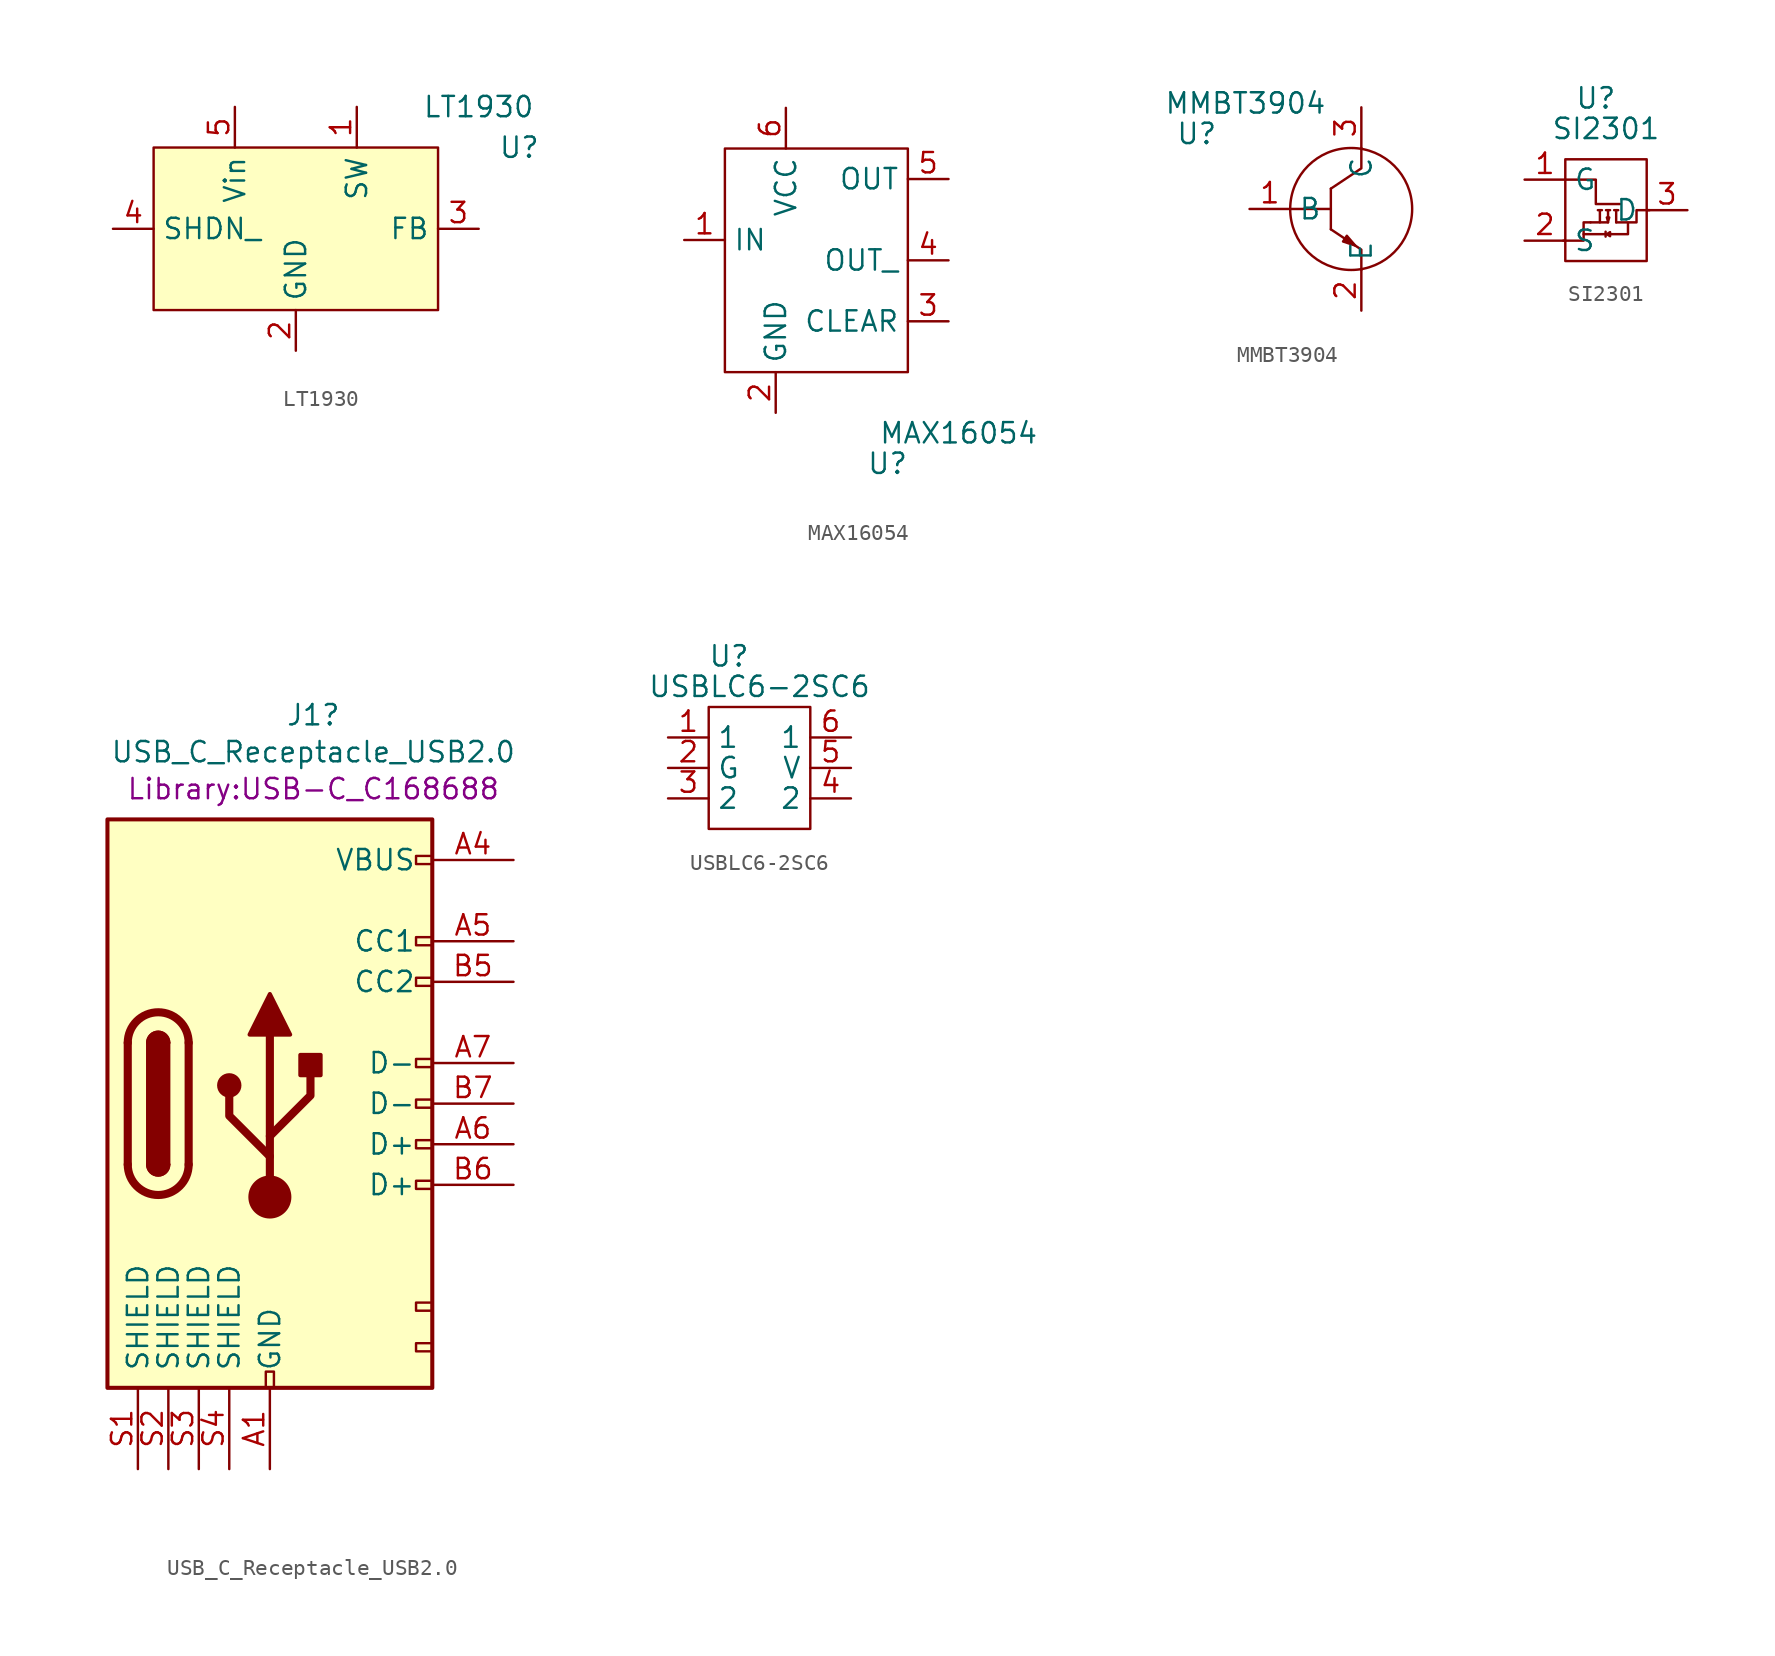
<source format=kicad_sym>
(kicad_symbol_lib
  (version 20220914)
  (generator kicad_symbol_editor)
  (symbol "LT1930"
    (property "Reference" "U"
      (at 13.97 5.08 0)
      (effects (font (size 1.27 1.27))))
    (property "Value" "LT1930"
      (at 11.43 7.62 0)
      (effects (font (size 1.27 1.27))))
    (symbol "LT1930_0_1"
      (rectangle (start -8.89 5.08) (end 8.89 -5.08) (stroke (width 0) (type default)) (fill (type background))))
    (symbol "LT1930_1_1"
      (pin input line (at 3.81 7.62 270) (length 2.54) (name "SW" (effects (font (size 1.27 1.27)))) (number "1" (effects (font (size 1.27 1.27)))))
      (pin input line (at 0 -7.62 90) (length 2.54) (name "GND" (effects (font (size 1.27 1.27)))) (number "2" (effects (font (size 1.27 1.27)))))
      (pin input line (at 11.43 0 180) (length 2.54) (name "FB" (effects (font (size 1.27 1.27)))) (number "3" (effects (font (size 1.27 1.27)))))
      (pin input line (at -11.43 0 0) (length 2.54) (name "SHDN_" (effects (font (size 1.27 1.27)))) (number "4" (effects (font (size 1.27 1.27)))))
      (pin input line (at -3.81 7.62 270) (length 2.54) (name "Vin" (effects (font (size 1.27 1.27)))) (number "5" (effects (font (size 1.27 1.27)))))))
  (symbol "MAX16054"
    (property "Reference" "U"
      (at 4.445 -12.7 0)
      (effects (font (size 1.27 1.27))))
    (property "Value" "MAX16054"
      (at 8.89 -10.795 0)
      (effects (font (size 1.27 1.27))))
    (symbol "MAX16054_0_1"
      (rectangle (start 5.715 6.985) (end -5.715 -6.985) (stroke (width 0) (type default)) (fill (type none))))
    (symbol "MAX16054_1_1"
      (pin input line (at -8.255 1.27 0) (length 2.54) (name "IN" (effects (font (size 1.27 1.27)))) (number "1" (effects (font (size 1.27 1.27)))))
      (pin input line (at -2.54 -9.525 90) (length 2.54) (name "GND" (effects (font (size 1.27 1.27)))) (number "2" (effects (font (size 1.27 1.27)))))
      (pin input line (at 8.255 -3.81 180) (length 2.54) (name "CLEAR" (effects (font (size 1.27 1.27)))) (number "3" (effects (font (size 1.27 1.27)))))
      (pin input line (at 8.255 0 180) (length 2.54) (name "OUT_" (effects (font (size 1.27 1.27)))) (number "4" (effects (font (size 1.27 1.27)))))
      (pin input line (at 8.255 5.08 180) (length 2.54) (name "OUT" (effects (font (size 1.27 1.27)))) (number "5" (effects (font (size 1.27 1.27)))))
      (pin input line (at -1.905 9.525 270) (length 2.54) (name "VCC" (effects (font (size 1.27 1.27)))) (number "6" (effects (font (size 1.27 1.27)))))))
  (symbol "MMBT3904"
    (property "Reference" "U"
      (at -9.652 4.699 0)
      (effects (font (size 1.27 1.27))))
    (property "Value" "MMBT3904"
      (at -6.604 6.604 0)
      (effects (font (size 1.27 1.27))))
    (symbol "MMBT3904_0_1"
      (polyline (pts (xy -1.27 0) (xy -3.81 0)) (stroke (width 0) (type default)) (fill (type none)))
      (polyline (pts (xy -1.27 1.27) (xy -1.27 -1.27)) (stroke (width 0) (type default)) (fill (type none)))
      (polyline (pts (xy -1.27 -1.27) (xy 0.635 -2.54) (xy 0.635 -3.81)) (stroke (width 0) (type default)) (fill (type none)))
      (polyline (pts (xy -1.27 1.27) (xy 0.635 2.54) (xy 0.635 3.81)) (stroke (width 0) (type default)) (fill (type none)))
      (polyline (pts (xy 0.254 -2.286) (xy -0.508 -2.032) (xy -0.272 -1.673) (xy 0.254 -2.286)) (stroke (width 0) (type default)) (fill (type outline)))
      (circle (center 0 0) (radius 3.81) (stroke (width 0) (type default)) (fill (type none))))
    (symbol "MMBT3904_1_1"
      (pin bidirectional line (at -6.35 0 0) (length 2.54) (name "B" (effects (font (size 1.27 1.27)))) (number "1" (effects (font (size 1.27 1.27)))))
      (pin bidirectional line (at 0.635 -6.35 90) (length 2.54) (name "E" (effects (font (size 1.27 1.27)))) (number "2" (effects (font (size 1.27 1.27)))))
      (pin bidirectional line (at 0.635 6.35 270) (length 2.54) (name "C" (effects (font (size 1.27 1.27)))) (number "3" (effects (font (size 1.27 1.27)))))))
  (symbol "SI2301"
    (property "Reference" "U"
      (at 1.905 3.81 0)
      (effects (font (size 1.27 1.27))))
    (property "Value" "SI2301"
      (at 2.54 1.905 0)
      (effects (font (size 1.27 1.27))))
    (symbol "SI2301_0_1"
      (polyline (pts (xy 2.032 -3.175) (xy 2.286 -3.175)) (stroke (width 0) (type default)) (fill (type none)))
      (polyline (pts (xy 2.159 -3.175) (xy 2.159 -3.937)) (stroke (width 0) (type default)) (fill (type none)))
      (polyline (pts (xy 2.515 -4.521) (xy 2.515 -4.826)) (stroke (width 0) (type default)) (fill (type none)))
      (polyline (pts (xy 2.54 -3.175) (xy 2.794 -3.175)) (stroke (width 0) (type default)) (fill (type none)))
      (polyline (pts (xy 2.667 -3.937) (xy 1.575 -3.937)) (stroke (width 0) (type default)) (fill (type none)))
      (polyline (pts (xy 2.667 -3.175) (xy 2.667 -3.937)) (stroke (width 0) (type default)) (fill (type none)))
      (polyline (pts (xy 3.048 -3.175) (xy 3.302 -3.175)) (stroke (width 0) (type default)) (fill (type none)))
      (polyline (pts (xy 3.175 -3.175) (xy 3.175 -3.937)) (stroke (width 0) (type default)) (fill (type none)))
      (polyline (pts (xy 3.912 -3.962) (xy 3.912 -4.674) (xy 1.143 -4.674)) (stroke (width 0) (type default)) (fill (type none)))
      (polyline (pts (xy 0 -1.27) (xy 1.905 -1.27) (xy 1.905 -2.794) (xy 3.429 -2.794)) (stroke (width 0) (type default)) (fill (type none)))
      (polyline (pts (xy 1.575 -3.937) (xy 1.143 -3.937) (xy 1.143 -5.08) (xy -0.127 -5.08)) (stroke (width 0) (type default)) (fill (type none)))
      (polyline (pts (xy 2.591 -3.632) (xy 2.667 -3.861) (xy 2.743 -3.632) (xy 2.591 -3.632)) (stroke (width 0) (type default)) (fill (type none)))
      (polyline (pts (xy 3.175 -3.937) (xy 4.445 -3.937) (xy 4.445 -3.175) (xy 5.258 -3.175)) (stroke (width 0) (type default)) (fill (type none)))
      (polyline (pts (xy 2.591 -4.674) (xy 2.794 -4.547) (xy 2.794 -4.801) (xy 2.591 -4.674) (xy 2.743 -4.699)) (stroke (width 0) (type default)) (fill (type none)))
      (rectangle (start 0 0) (end 5.08 -6.35) (stroke (width 0) (type default)) (fill (type none))))
    (symbol "SI2301_1_1"
      (pin bidirectional line (at -2.54 -1.27 0) (length 2.54) (name "G" (effects (font (size 1.27 1.27)))) (number "1" (effects (font (size 1.27 1.27)))))
      (pin bidirectional line (at -2.54 -5.08 0) (length 2.54) (name "S" (effects (font (size 1.27 1.27)))) (number "2" (effects (font (size 1.27 1.27)))))
      (pin bidirectional line (at 7.62 -3.175 180) (length 2.54) (name "D" (effects (font (size 1.27 1.27)))) (number "3" (effects (font (size 1.27 1.27)))))))
  (symbol "USB_C_Receptacle_USB2.0"
    (pin_names
      (offset 1.016))
    (property "Reference" "J1"
      (at 2.718 24.308 0)
      (effects (font (size 1.27 1.27))))
    (property "Value" "USB_C_Receptacle_USB2.0"
      (at 2.718 21.996 0)
      (effects (font (size 1.27 1.27))))
    (property "Footprint" "Library:USB-C_C168688"
      (at 2.718 19.685 0)
      (effects (font (size 1.27 1.27))))
    (symbol "USB_C_Receptacle_USB2.0_0_0"
      (rectangle (start -0.254 -17.78) (end 0.254 -16.764) (stroke (width 0) (type default)) (fill (type none)))
      (rectangle (start 10.16 -14.986) (end 9.144 -15.494) (stroke (width 0) (type default)) (fill (type none)))
      (rectangle (start 10.16 -12.446) (end 9.144 -12.954) (stroke (width 0) (type default)) (fill (type none)))
      (rectangle (start 10.16 -4.826) (end 9.144 -5.334) (stroke (width 0) (type default)) (fill (type none)))
      (rectangle (start 10.16 -2.286) (end 9.144 -2.794) (stroke (width 0) (type default)) (fill (type none)))
      (rectangle (start 10.16 0.254) (end 9.144 -0.254) (stroke (width 0) (type default)) (fill (type none)))
      (rectangle (start 10.16 2.794) (end 9.144 2.286) (stroke (width 0) (type default)) (fill (type none)))
      (rectangle (start 10.16 7.874) (end 9.144 7.366) (stroke (width 0) (type default)) (fill (type none)))
      (rectangle (start 10.16 10.414) (end 9.144 9.906) (stroke (width 0) (type default)) (fill (type none)))
      (rectangle (start 10.16 15.494) (end 9.144 14.986) (stroke (width 0) (type default)) (fill (type none))))
    (symbol "USB_C_Receptacle_USB2.0_0_1"
      (rectangle (start -10.16 17.78) (end 10.16 -17.78) (stroke (width 0.254) (type default)) (fill (type background)))
      (arc (start -8.89 -3.81) (mid -6.985 -5.7067) (end -5.08 -3.81) (stroke (width 0.508) (type default)) (fill (type none)))
      (arc (start -7.62 -3.81) (mid -6.985 -4.4423) (end -6.35 -3.81) (stroke (width 0.254) (type default)) (fill (type none)))
      (arc (start -7.62 -3.81) (mid -6.985 -4.4423) (end -6.35 -3.81) (stroke (width 0.254) (type default)) (fill (type outline)))
      (rectangle (start -7.62 -3.81) (end -6.35 3.81) (stroke (width 0.254) (type default)) (fill (type outline)))
      (arc (start -6.35 3.81) (mid -6.985 4.4423) (end -7.62 3.81) (stroke (width 0.254) (type default)) (fill (type none)))
      (arc (start -6.35 3.81) (mid -6.985 4.4423) (end -7.62 3.81) (stroke (width 0.254) (type default)) (fill (type outline)))
      (arc (start -5.08 3.81) (mid -6.985 5.7067) (end -8.89 3.81) (stroke (width 0.508) (type default)) (fill (type none)))
      (circle (center -2.54 1.143) (radius 0.635) (stroke (width 0.254) (type default)) (fill (type outline)))
      (circle (center 0 -5.842) (radius 1.27) (stroke (width 0) (type default)) (fill (type outline)))
      (polyline (pts (xy -8.89 -3.81) (xy -8.89 3.81)) (stroke (width 0.508) (type default)) (fill (type none)))
      (polyline (pts (xy -5.08 3.81) (xy -5.08 -3.81)) (stroke (width 0.508) (type default)) (fill (type none)))
      (polyline (pts (xy 0 -5.842) (xy 0 4.318)) (stroke (width 0.508) (type default)) (fill (type none)))
      (polyline (pts (xy 0 -3.302) (xy -2.54 -0.762) (xy -2.54 0.508)) (stroke (width 0.508) (type default)) (fill (type none)))
      (polyline (pts (xy 0 -2.032) (xy 2.54 0.508) (xy 2.54 1.778)) (stroke (width 0.508) (type default)) (fill (type none)))
      (polyline (pts (xy -1.27 4.318) (xy 0 6.858) (xy 1.27 4.318) (xy -1.27 4.318)) (stroke (width 0.254) (type default)) (fill (type outline)))
      (rectangle (start 1.905 1.778) (end 3.175 3.048) (stroke (width 0.254) (type default)) (fill (type outline))))
    (symbol "USB_C_Receptacle_USB2.0_1_1"
      (pin power_in line (at 0 -22.86 90) (length 5.08) (name "GND" (effects (font (size 1.27 1.27)))) (number "A1" (effects (font (size 1.27 1.27)))))
      (pin power_in line (at 15.24 15.24 180) (length 5.08) (name "VBUS" (effects (font (size 1.27 1.27)))) (number "A4" (effects (font (size 1.27 1.27)))))
      (pin bidirectional line (at 15.24 10.16 180) (length 5.08) (name "CC1" (effects (font (size 1.27 1.27)))) (number "A5" (effects (font (size 1.27 1.27)))))
      (pin bidirectional line (at 15.24 -2.54 180) (length 5.08) (name "D+" (effects (font (size 1.27 1.27)))) (number "A6" (effects (font (size 1.27 1.27)))))
      (pin bidirectional line (at 15.24 2.54 180) (length 5.08) (name "D-" (effects (font (size 1.27 1.27)))) (number "A7" (effects (font (size 1.27 1.27)))))
      (pin bidirectional line (at 15.24 7.62 180) (length 5.08) (name "CC2" (effects (font (size 1.27 1.27)))) (number "B5" (effects (font (size 1.27 1.27)))))
      (pin bidirectional line (at 15.24 -5.08 180) (length 5.08) (name "D+" (effects (font (size 1.27 1.27)))) (number "B6" (effects (font (size 1.27 1.27)))))
      (pin bidirectional line (at 15.24 0 180) (length 5.08) (name "D-" (effects (font (size 1.27 1.27)))) (number "B7" (effects (font (size 1.27 1.27)))))
      (pin passive line (at -8.255 -22.86 90) (length 5.08) (name "SHIELD" (effects (font (size 1.27 1.27)))) (number "S1" (effects (font (size 1.27 1.27)))))
      (pin passive line (at -6.35 -22.86 90) (length 5.08) (name "SHIELD" (effects (font (size 1.27 1.27)))) (number "S2" (effects (font (size 1.27 1.27)))))
      (pin passive line (at -4.445 -22.86 90) (length 5.08) (name "SHIELD" (effects (font (size 1.27 1.27)))) (number "S3" (effects (font (size 1.27 1.27)))))
      (pin passive line (at -2.54 -22.86 90) (length 5.08) (name "SHIELD" (effects (font (size 1.27 1.27)))) (number "S4" (effects (font (size 1.27 1.27)))))))
  (symbol "USBLC6-2SC6"
    (property "Reference" "U"
      (at 1.27 3.175 0)
      (effects (font (size 1.27 1.27))))
    (property "Value" "USBLC6-2SC6"
      (at 3.175 1.27 0)
      (effects (font (size 1.27 1.27))))
    (symbol "USBLC6-2SC6_0_1"
      (rectangle (start 0 0) (end 6.35 -7.62) (stroke (width 0) (type default)) (fill (type none))))
    (symbol "USBLC6-2SC6_1_1"
      (pin input line (at -2.54 -1.905 0) (length 2.54) (name "1" (effects (font (size 1.27 1.27)))) (number "1" (effects (font (size 1.27 1.27)))))
      (pin input line (at -2.54 -3.81 0) (length 2.54) (name "G" (effects (font (size 1.27 1.27)))) (number "2" (effects (font (size 1.27 1.27)))))
      (pin input line (at -2.54 -5.715 0) (length 2.54) (name "2" (effects (font (size 1.27 1.27)))) (number "3" (effects (font (size 1.27 1.27)))))
      (pin input line (at 8.89 -5.715 180) (length 2.54) (name "2" (effects (font (size 1.27 1.27)))) (number "4" (effects (font (size 1.27 1.27)))))
      (pin input line (at 8.89 -3.81 180) (length 2.54) (name "V" (effects (font (size 1.27 1.27)))) (number "5" (effects (font (size 1.27 1.27)))))
      (pin input line (at 8.89 -1.905 180) (length 2.54) (name "1" (effects (font (size 1.27 1.27)))) (number "6" (effects (font (size 1.27 1.27))))))))
</source>
